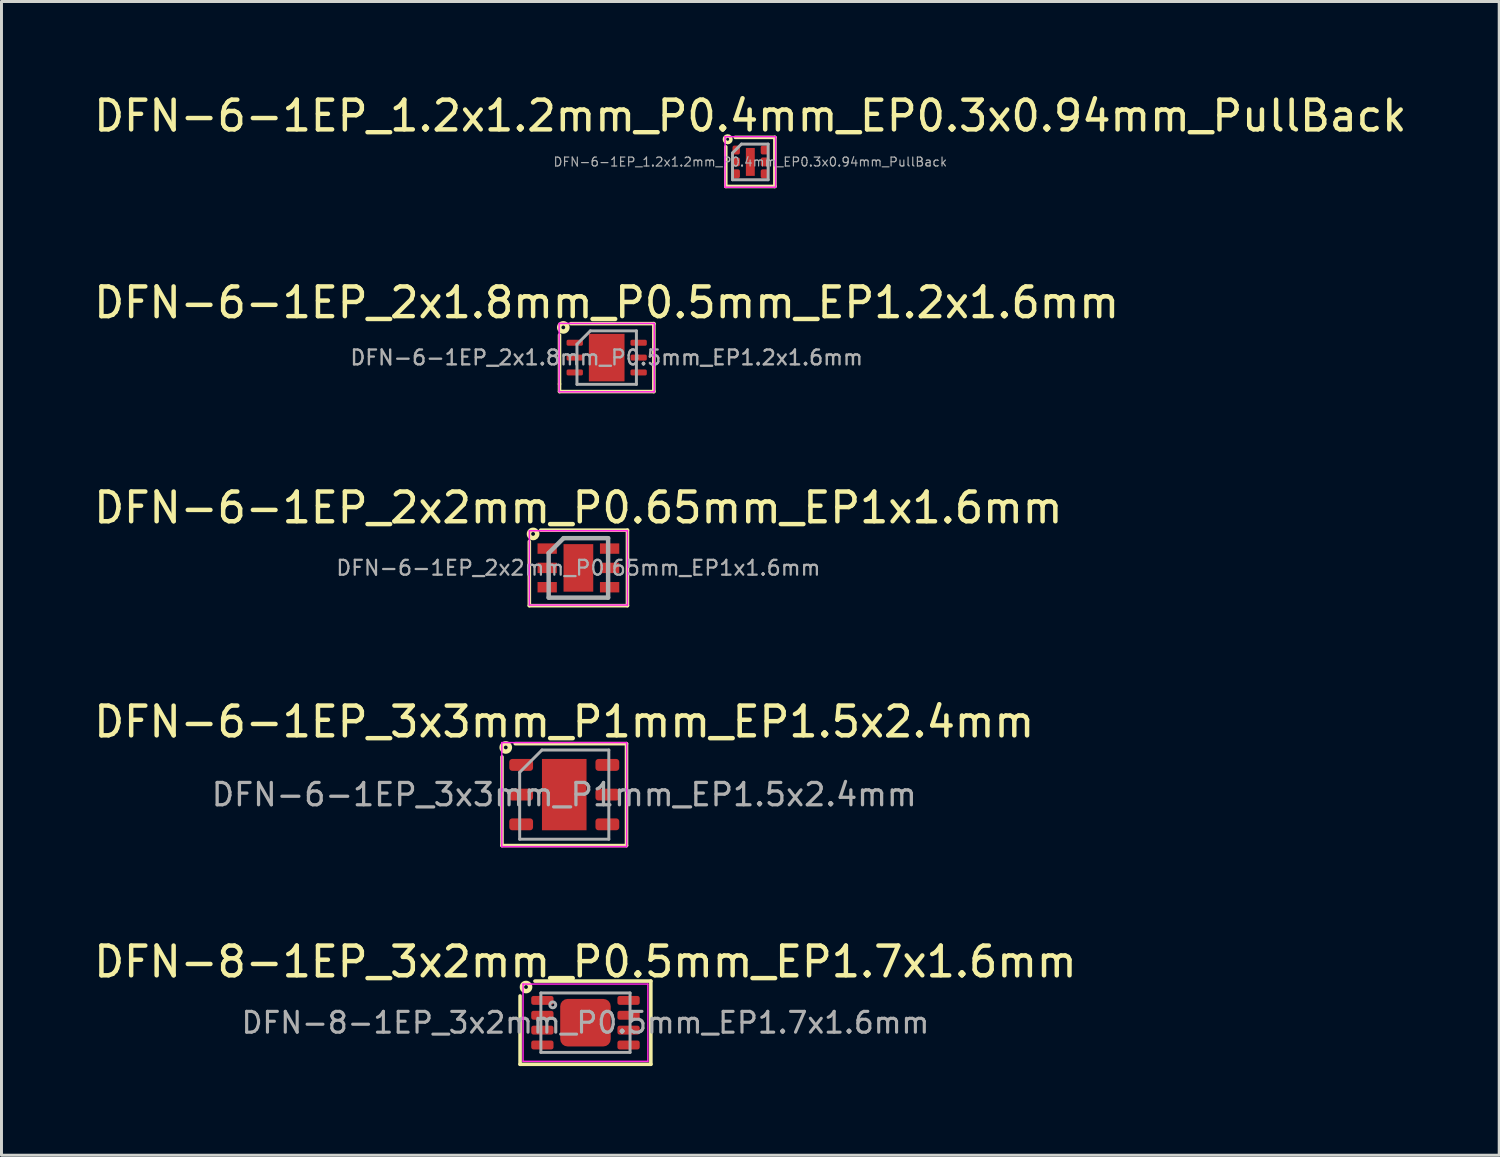
<source format=kicad_pcb>
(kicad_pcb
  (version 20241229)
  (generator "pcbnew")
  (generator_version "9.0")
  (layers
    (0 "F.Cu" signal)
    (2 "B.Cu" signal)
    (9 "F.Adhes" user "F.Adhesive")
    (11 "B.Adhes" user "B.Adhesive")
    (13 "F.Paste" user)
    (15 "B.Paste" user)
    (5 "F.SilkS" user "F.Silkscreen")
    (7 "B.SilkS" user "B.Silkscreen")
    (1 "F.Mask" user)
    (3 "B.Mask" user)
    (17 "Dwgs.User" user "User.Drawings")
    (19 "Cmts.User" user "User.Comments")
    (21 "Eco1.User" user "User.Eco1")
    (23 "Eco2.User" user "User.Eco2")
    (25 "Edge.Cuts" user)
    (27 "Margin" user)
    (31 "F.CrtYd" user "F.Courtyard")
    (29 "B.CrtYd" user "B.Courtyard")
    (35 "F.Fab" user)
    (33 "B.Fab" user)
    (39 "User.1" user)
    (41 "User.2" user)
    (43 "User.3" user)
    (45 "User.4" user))
  (footprint "DFN-6-1EP_2x1.8mm_P0.5mm_EP1.2x1.6mm"
    (layer "F.Cu")
    (at 17.363 8.982)
    (property "Reference" "DFN-6-1EP_2x1.8mm_P0.5mm_EP1.2x1.6mm" (at 0 -1.85 0) (layer "F.SilkS") (effects (font (size 1 1) (thickness 0.15))))
    (attr smd)
    (fp_line (start -1.587 0.889) (end -1.587 -0.761) (stroke (width 0.12) (type solid)) (layer "F.SilkS"))
    (fp_line (start -1.587 0.889) (end -1.587 1.143) (stroke (width 0.12) (type solid)) (layer "F.SilkS"))
    (fp_line (start -1.587 1.143) (end 1.587 1.143) (stroke (width 0.12) (type solid)) (layer "F.SilkS"))
    (fp_line (start 1.587 -1.143) (end -1.206 -1.143) (stroke (width 0.12) (type solid)) (layer "F.SilkS"))
    (fp_line (start 1.587 1.143) (end 1.587 -1.143) (stroke (width 0.12) (type solid)) (layer "F.SilkS"))
    (fp_circle (center -1.46 -1.016) (end -1.397 -1.016) (stroke (width 0.15) (type solid)) (fill no) (layer "F.SilkS"))
    (fp_line (start -1.6 -1.15) (end -1.6 1.15) (stroke (width 0.05) (type solid)) (layer "F.CrtYd"))
    (fp_line (start -1.6 1.15) (end 1.6 1.15) (stroke (width 0.05) (type solid)) (layer "F.CrtYd"))
    (fp_line (start 1.6 -1.15) (end -1.6 -1.15) (stroke (width 0.05) (type solid)) (layer "F.CrtYd"))
    (fp_line (start 1.6 1.15) (end 1.6 -1.15) (stroke (width 0.05) (type solid)) (layer "F.CrtYd"))
    (fp_line (start -1 -0.45) (end -0.55 -0.9) (stroke (width 0.1) (type solid)) (layer "F.Fab"))
    (fp_line (start -1 0.9) (end -1 -0.45) (stroke (width 0.1) (type solid)) (layer "F.Fab"))
    (fp_line (start -0.55 -0.9) (end 1 -0.9) (stroke (width 0.1) (type solid)) (layer "F.Fab"))
    (fp_line (start 1 -0.9) (end 1 0.9) (stroke (width 0.1) (type solid)) (layer "F.Fab"))
    (fp_line (start 1 0.9) (end -1 0.9) (stroke (width 0.1) (type solid)) (layer "F.Fab"))
    (fp_text user "${REFERENCE}" (at 0 0 0) (layer "F.Fab") (effects (font (size 0.5 0.5) (thickness 0.08))))
    (pad "" smd roundrect (at -0.3 -0.4) (size 0.48 0.64) (layers "F.Paste") (roundrect_rratio 0.25))
    (pad "" smd roundrect (at -0.3 0.4) (size 0.48 0.64) (layers "F.Paste") (roundrect_rratio 0.25))
    (pad "" smd roundrect (at 0.3 -0.4) (size 0.48 0.64) (layers "F.Paste") (roundrect_rratio 0.25))
    (pad "" smd roundrect (at 0.3 0.4) (size 0.48 0.64) (layers "F.Paste") (roundrect_rratio 0.25))
    (pad "1" smd roundrect (at -1.075 -0.5) (size 0.55 0.2) (layers "F.Cu" "F.Mask" "F.Paste") (roundrect_rratio 0.25))
    (pad "2" smd roundrect (at -1.075 0) (size 0.55 0.2) (layers "F.Cu" "F.Mask" "F.Paste") (roundrect_rratio 0.25))
    (pad "3" smd roundrect (at -1.075 0.5) (size 0.55 0.2) (layers "F.Cu" "F.Mask" "F.Paste") (roundrect_rratio 0.25))
    (pad "4" smd roundrect (at 1.075 0.5) (size 0.55 0.2) (layers "F.Cu" "F.Mask" "F.Paste") (roundrect_rratio 0.25))
    (pad "5" smd roundrect (at 1.075 0) (size 0.55 0.2) (layers "F.Cu" "F.Mask" "F.Paste") (roundrect_rratio 0.25))
    (pad "6" smd roundrect (at 1.075 -0.5) (size 0.55 0.2) (layers "F.Cu" "F.Mask" "F.Paste") (roundrect_rratio 0.25))
    (pad "7" smd rect (at 0 0) (size 1.2 1.6) (layers "F.Cu" "F.Mask")))
  (footprint "DFN-6-1EP_3x3mm_P1mm_EP1.5x2.4mm"
    (layer "F.Cu")
    (at 15.935 23.686)
    (property "Reference" "DFN-6-1EP_3x3mm_P1mm_EP1.5x2.4mm" (at 0 -2.45 0) (layer "F.SilkS") (effects (font (size 1 1) (thickness 0.15))))
    (attr smd)
    (fp_line (start -2.095 1.714) (end -2.095 -1.27) (stroke (width 0.12) (type solid)) (layer "F.SilkS"))
    (fp_line (start -1.651 -1.714) (end 2.095 -1.714) (stroke (width 0.12) (type solid)) (layer "F.SilkS"))
    (fp_line (start 2.095 -1.714) (end 2.095 1.714) (stroke (width 0.12) (type solid)) (layer "F.SilkS"))
    (fp_line (start 2.095 1.714) (end -2.095 1.714) (stroke (width 0.12) (type solid)) (layer "F.SilkS"))
    (fp_circle (center -1.968 -1.587) (end -1.905 -1.587) (stroke (width 0.15) (type solid)) (fill no) (layer "F.SilkS"))
    (fp_line (start -2.1 -1.75) (end -2.1 1.75) (stroke (width 0.05) (type solid)) (layer "F.CrtYd"))
    (fp_line (start -2.1 1.75) (end 2.1 1.75) (stroke (width 0.05) (type solid)) (layer "F.CrtYd"))
    (fp_line (start 2.1 -1.75) (end -2.1 -1.75) (stroke (width 0.05) (type solid)) (layer "F.CrtYd"))
    (fp_line (start 2.1 1.75) (end 2.1 -1.75) (stroke (width 0.05) (type solid)) (layer "F.CrtYd"))
    (fp_line (start -1.5 -0.75) (end -0.75 -1.5) (stroke (width 0.1) (type solid)) (layer "F.Fab"))
    (fp_line (start -1.5 1.5) (end -1.5 -0.75) (stroke (width 0.1) (type solid)) (layer "F.Fab"))
    (fp_line (start -0.75 -1.5) (end 1.5 -1.5) (stroke (width 0.1) (type solid)) (layer "F.Fab"))
    (fp_line (start 1.5 -1.5) (end 1.5 1.5) (stroke (width 0.1) (type solid)) (layer "F.Fab"))
    (fp_line (start 1.5 1.5) (end -1.5 1.5) (stroke (width 0.1) (type solid)) (layer "F.Fab"))
    (fp_text user "${REFERENCE}" (at 0 0 0) (layer "F.Fab") (effects (font (size 0.75 0.75) (thickness 0.11))))
    (pad "" smd roundrect (at -0.375 -0.6) (size 0.6 0.97) (layers "F.Paste") (roundrect_rratio 0.25))
    (pad "" smd roundrect (at -0.375 0.6) (size 0.6 0.97) (layers "F.Paste") (roundrect_rratio 0.25))
    (pad "" smd roundrect (at 0.375 -0.6) (size 0.6 0.97) (layers "F.Paste") (roundrect_rratio 0.25))
    (pad "" smd roundrect (at 0.375 0.6) (size 0.6 0.97) (layers "F.Paste") (roundrect_rratio 0.25))
    (pad "1" smd roundrect (at -1.45 -1) (size 0.8 0.4) (layers "F.Cu" "F.Mask" "F.Paste") (roundrect_rratio 0.25))
    (pad "2" smd roundrect (at -1.45 0) (size 0.8 0.4) (layers "F.Cu" "F.Mask" "F.Paste") (roundrect_rratio 0.25))
    (pad "3" smd roundrect (at -1.45 1) (size 0.8 0.4) (layers "F.Cu" "F.Mask" "F.Paste") (roundrect_rratio 0.25))
    (pad "4" smd roundrect (at 1.45 1) (size 0.8 0.4) (layers "F.Cu" "F.Mask" "F.Paste") (roundrect_rratio 0.25))
    (pad "5" smd roundrect (at 1.45 0) (size 0.8 0.4) (layers "F.Cu" "F.Mask" "F.Paste") (roundrect_rratio 0.25))
    (pad "6" smd roundrect (at 1.45 -1) (size 0.8 0.4) (layers "F.Cu" "F.Mask" "F.Paste") (roundrect_rratio 0.25))
    (pad "7" smd rect (at 0 0) (size 1.5 2.4) (layers "F.Cu" "F.Mask")))
  (footprint "DFN-6-1EP_2x2mm_P0.65mm_EP1x1.6mm"
    (layer "F.Cu")
    (at 16.411 16.058)
    (property "Reference" "DFN-6-1EP_2x2mm_P0.65mm_EP1x1.6mm" (at 0 -2.025 0) (layer "F.SilkS") (effects (font (size 1 1) (thickness 0.15))))
    (attr smd)
    (fp_line (start -1.651 -0.889) (end -1.651 1.27) (stroke (width 0.12) (type solid)) (layer "F.SilkS"))
    (fp_line (start -1.651 1.27) (end 1.651 1.27) (stroke (width 0.12) (type solid)) (layer "F.SilkS"))
    (fp_line (start 1.651 -1.27) (end -1.27 -1.27) (stroke (width 0.12) (type solid)) (layer "F.SilkS"))
    (fp_line (start 1.651 1.27) (end 1.651 -1.27) (stroke (width 0.12) (type solid)) (layer "F.SilkS"))
    (fp_circle (center -1.524 -1.143) (end -1.46 -1.143) (stroke (width 0.15) (type solid)) (fill no) (layer "F.SilkS"))
    (fp_line (start -1.65 -1.25) (end -1.65 1.25) (stroke (width 0.05) (type solid)) (layer "F.CrtYd"))
    (fp_line (start -1.65 -1.25) (end 1.65 -1.25) (stroke (width 0.05) (type solid)) (layer "F.CrtYd"))
    (fp_line (start -1.65 1.25) (end 1.65 1.25) (stroke (width 0.05) (type solid)) (layer "F.CrtYd"))
    (fp_line (start 1.65 -1.25) (end 1.65 1.25) (stroke (width 0.05) (type solid)) (layer "F.CrtYd"))
    (fp_line (start -1 -0.5) (end -0.5 -1) (stroke (width 0.15) (type solid)) (layer "F.Fab"))
    (fp_line (start -1 1) (end -1 -0.5) (stroke (width 0.15) (type solid)) (layer "F.Fab"))
    (fp_line (start -0.5 -1) (end 1 -1) (stroke (width 0.15) (type solid)) (layer "F.Fab"))
    (fp_line (start 1 -1) (end 1 1) (stroke (width 0.15) (type solid)) (layer "F.Fab"))
    (fp_line (start 1 1) (end -1 1) (stroke (width 0.15) (type solid)) (layer "F.Fab"))
    (fp_text user "${REFERENCE}" (at 0 0 0) (layer "F.Fab") (effects (font (size 0.5 0.5) (thickness 0.075))))
    (pad "" smd rect (at 0 -0.4) (size 0.82 0.63) (layers "F.Paste"))
    (pad "" smd rect (at 0 0.4) (size 0.82 0.63) (layers "F.Paste"))
    (pad "1" smd rect (at -1.05 -0.65) (size 0.65 0.35) (layers "F.Cu" "F.Mask" "F.Paste"))
    (pad "2" smd rect (at -1.05 0) (size 0.65 0.35) (layers "F.Cu" "F.Mask" "F.Paste"))
    (pad "3" smd rect (at -1.05 0.65) (size 0.65 0.35) (layers "F.Cu" "F.Mask" "F.Paste"))
    (pad "4" smd rect (at 1.05 0.65) (size 0.65 0.35) (layers "F.Cu" "F.Mask" "F.Paste"))
    (pad "5" smd rect (at 1.05 0) (size 0.65 0.35) (layers "F.Cu" "F.Mask" "F.Paste"))
    (pad "6" smd rect (at 1.05 -0.65) (size 0.65 0.35) (layers "F.Cu" "F.Mask" "F.Paste"))
    (pad "7" smd rect (at 0 0) (size 1 1.6) (layers "F.Cu" "F.Mask")))
  (footprint "DFN-8-1EP_3x2mm_P0.5mm_EP1.7x1.6mm"
    (layer "F.Cu")
    (at 16.649 31.36)
    (property "Reference" "DFN-8-1EP_3x2mm_P0.5mm_EP1.7x1.6mm" (at 0 -2.05 0) (layer "F.SilkS") (effects (font (size 1 1) (thickness 0.15))))
    (attr smd)
    (fp_line (start -2.2 1.4) (end -2.2 -0.9) (stroke (width 0.12) (type solid)) (layer "F.SilkS"))
    (fp_line (start -1.7 -1.4) (end 2.2 -1.4) (stroke (width 0.12) (type solid)) (layer "F.SilkS"))
    (fp_line (start 2.2 -1.4) (end 2.2 1.4) (stroke (width 0.12) (type solid)) (layer "F.SilkS"))
    (fp_line (start 2.2 1.4) (end -2.2 1.4) (stroke (width 0.12) (type solid)) (layer "F.SilkS"))
    (fp_circle (center -2 -1.2) (end -1.937 -1.2) (stroke (width 0.15) (type solid)) (fill no) (layer "F.SilkS"))
    (fp_line (start -2.1 -1.3) (end -2.1 1.3) (stroke (width 0.05) (type solid)) (layer "F.CrtYd"))
    (fp_line (start -2.1 -1.3) (end 2.1 -1.3) (stroke (width 0.05) (type solid)) (layer "F.CrtYd"))
    (fp_line (start -2.1 1.3) (end 2.1 1.3) (stroke (width 0.05) (type solid)) (layer "F.CrtYd"))
    (fp_line (start 2.1 -1.3) (end 2.1 1.3) (stroke (width 0.05) (type solid)) (layer "F.CrtYd"))
    (fp_line (start -1.5 -1) (end 1.5 -1) (stroke (width 0.1) (type solid)) (layer "F.Fab"))
    (fp_line (start -1.5 1) (end -1.5 -1) (stroke (width 0.1) (type solid)) (layer "F.Fab"))
    (fp_line (start 1.5 -1) (end 1.5 1) (stroke (width 0.1) (type solid)) (layer "F.Fab"))
    (fp_line (start 1.5 1) (end -1.5 1) (stroke (width 0.1) (type solid)) (layer "F.Fab"))
    (fp_circle (center -1.1 -0.6) (end -1 -0.6) (stroke (width 0.1) (type solid)) (fill no) (layer "F.Fab"))
    (fp_text user "${REFERENCE}" (at 0 0 0) (layer "F.Fab") (effects (font (size 0.7 0.7) (thickness 0.105))))
    (pad "" smd roundrect (at -0.412 -0.388) (size 0.675 0.625) (layers "F.Paste") (roundrect_rratio 0.25))
    (pad "" smd roundrect (at -0.412 0.388) (size 0.675 0.625) (layers "F.Paste") (roundrect_rratio 0.25))
    (pad "" smd roundrect (at 0.412 -0.388) (size 0.675 0.625) (layers "F.Paste") (roundrect_rratio 0.25))
    (pad "" smd roundrect (at 0.412 0.388) (size 0.675 0.625) (layers "F.Paste") (roundrect_rratio 0.25))
    (pad "1" smd roundrect (at -1.45 -0.75) (size 0.75 0.3) (layers "F.Cu" "F.Mask" "F.Paste") (roundrect_rratio 0.25))
    (pad "2" smd roundrect (at -1.45 -0.25) (size 0.75 0.3) (layers "F.Cu" "F.Mask" "F.Paste") (roundrect_rratio 0.25))
    (pad "3" smd roundrect (at -1.45 0.25) (size 0.75 0.3) (layers "F.Cu" "F.Mask" "F.Paste") (roundrect_rratio 0.25))
    (pad "4" smd roundrect (at -1.45 0.75) (size 0.75 0.3) (layers "F.Cu" "F.Mask" "F.Paste") (roundrect_rratio 0.25))
    (pad "5" smd roundrect (at 1.45 0.75) (size 0.75 0.3) (layers "F.Cu" "F.Mask" "F.Paste") (roundrect_rratio 0.25))
    (pad "6" smd roundrect (at 1.45 0.25) (size 0.75 0.3) (layers "F.Cu" "F.Mask" "F.Paste") (roundrect_rratio 0.25))
    (pad "7" smd roundrect (at 1.45 -0.25) (size 0.75 0.3) (layers "F.Cu" "F.Mask" "F.Paste") (roundrect_rratio 0.25))
    (pad "8" smd roundrect (at 1.45 -0.75) (size 0.75 0.3) (layers "F.Cu" "F.Mask" "F.Paste") (roundrect_rratio 0.25))
    (pad "9" smd roundrect (at 0 0) (size 1.7 1.6) (layers "F.Cu" "F.Mask") (roundrect_rratio 0.156)))
  (footprint "DFN-6-1EP_1.2x1.2mm_P0.4mm_EP0.3x0.94mm_PullBack"
    (layer "F.Cu")
    (at 22.196 2.398)
    (property "Reference" "DFN-6-1EP_1.2x1.2mm_P0.4mm_EP0.3x0.94mm_PullBack" (at 0 -1.55 0) (layer "F.SilkS") (effects (font (size 1 1) (thickness 0.15))))
    (attr smd)
    (fp_line (start -0.826 0.826) (end -0.826 -0.508) (stroke (width 0.12) (type solid)) (layer "F.SilkS"))
    (fp_line (start -0.508 -0.826) (end 0.826 -0.826) (stroke (width 0.12) (type solid)) (layer "F.SilkS"))
    (fp_line (start 0.826 -0.826) (end 0.826 0.826) (stroke (width 0.12) (type solid)) (layer "F.SilkS"))
    (fp_line (start 0.826 0.826) (end -0.826 0.826) (stroke (width 0.12) (type solid)) (layer "F.SilkS"))
    (fp_circle (center -0.762 -0.762) (end -0.712 -0.762) (stroke (width 0.12) (type solid)) (fill no) (layer "F.SilkS"))
    (fp_line (start -0.85 -0.85) (end -0.85 0.85) (stroke (width 0.05) (type solid)) (layer "F.CrtYd"))
    (fp_line (start -0.85 0.85) (end 0.85 0.85) (stroke (width 0.05) (type solid)) (layer "F.CrtYd"))
    (fp_line (start 0.85 -0.85) (end -0.85 -0.85) (stroke (width 0.05) (type solid)) (layer "F.CrtYd"))
    (fp_line (start 0.85 0.85) (end 0.85 -0.85) (stroke (width 0.05) (type solid)) (layer "F.CrtYd"))
    (fp_line (start -0.6 -0.3) (end -0.3 -0.6) (stroke (width 0.1) (type solid)) (layer "F.Fab"))
    (fp_line (start -0.6 0.6) (end -0.6 -0.3) (stroke (width 0.1) (type solid)) (layer "F.Fab"))
    (fp_line (start -0.3 -0.6) (end 0.6 -0.6) (stroke (width 0.1) (type solid)) (layer "F.Fab"))
    (fp_line (start 0.6 -0.6) (end 0.6 0.6) (stroke (width 0.1) (type solid)) (layer "F.Fab"))
    (fp_line (start 0.6 0.6) (end -0.6 0.6) (stroke (width 0.1) (type solid)) (layer "F.Fab"))
    (fp_text user "${REFERENCE}" (at 0 0 0) (layer "F.Fab") (effects (font (size 0.3 0.3) (thickness 0.04))))
    (pad "" smd roundrect (at 0 -0.235) (size 0.24 0.38) (layers "F.Paste") (roundrect_rratio 0.25))
    (pad "" smd roundrect (at 0 0.235) (size 0.24 0.38) (layers "F.Paste") (roundrect_rratio 0.25))
    (pad "1" smd roundrect (at -0.475 -0.4) (size 0.25 0.3) (layers "F.Cu" "F.Mask" "F.Paste") (roundrect_rratio 0.25))
    (pad "2" smd roundrect (at -0.475 0) (size 0.25 0.3) (layers "F.Cu" "F.Mask" "F.Paste") (roundrect_rratio 0.25))
    (pad "3" smd roundrect (at -0.475 0.4) (size 0.25 0.3) (layers "F.Cu" "F.Mask" "F.Paste") (roundrect_rratio 0.25))
    (pad "4" smd roundrect (at 0.475 0.4) (size 0.25 0.3) (layers "F.Cu" "F.Mask" "F.Paste") (roundrect_rratio 0.25))
    (pad "5" smd roundrect (at 0.475 0) (size 0.25 0.3) (layers "F.Cu" "F.Mask" "F.Paste") (roundrect_rratio 0.25))
    (pad "6" smd roundrect (at 0.475 -0.4) (size 0.25 0.3) (layers "F.Cu" "F.Mask" "F.Paste") (roundrect_rratio 0.25))
    (pad "7" smd rect (at 0 0) (size 0.3 0.94) (layers "F.Cu" "F.Mask")))
  (gr_rect
    (start -3 -3)
    (end 47.393 35.82)
    (stroke (width 0.1) (type default))
    (fill no)
    (layer "Edge.Cuts")))
</source>
